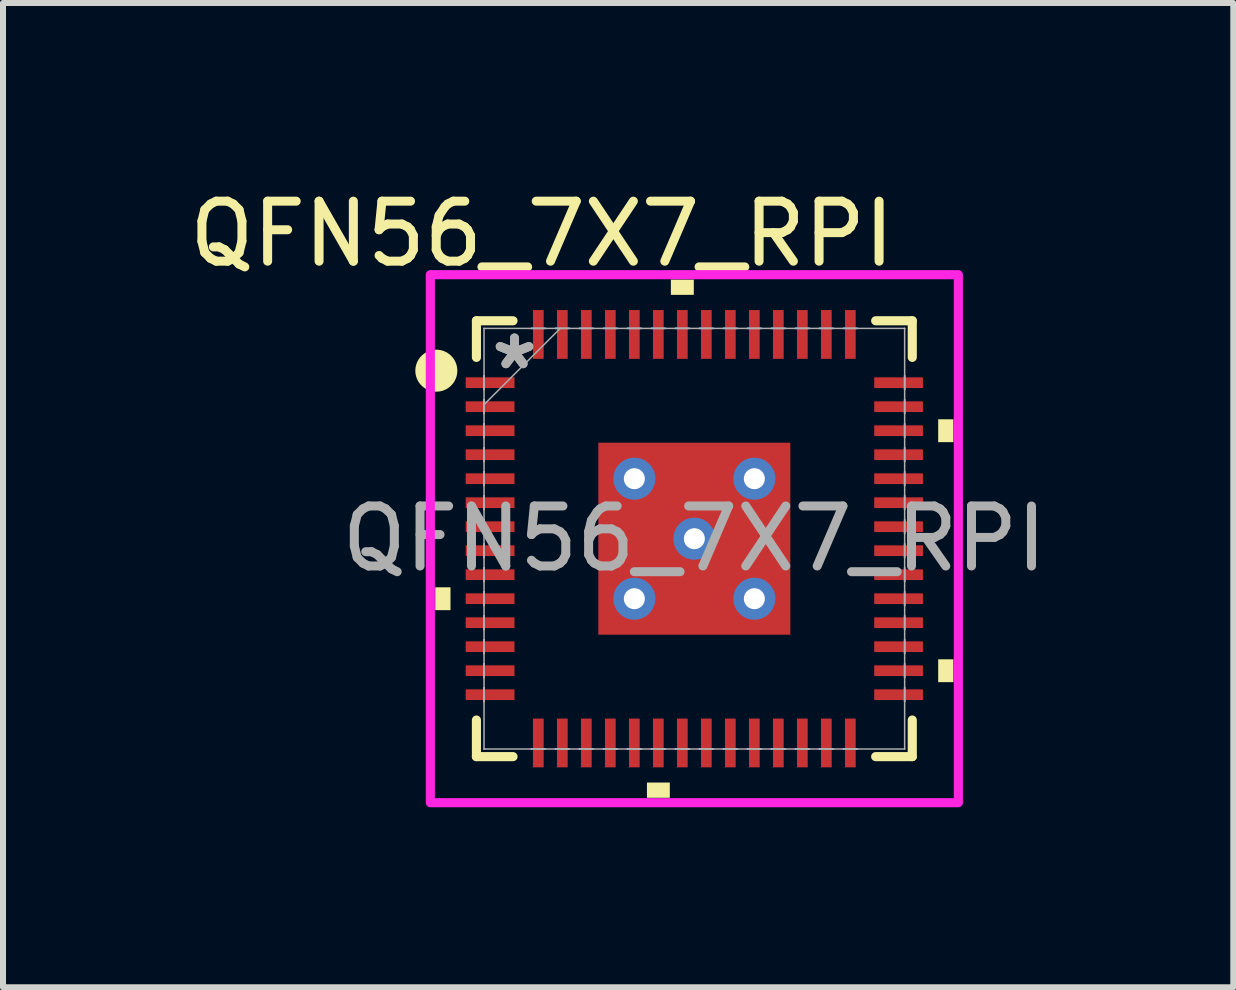
<source format=kicad_pcb>
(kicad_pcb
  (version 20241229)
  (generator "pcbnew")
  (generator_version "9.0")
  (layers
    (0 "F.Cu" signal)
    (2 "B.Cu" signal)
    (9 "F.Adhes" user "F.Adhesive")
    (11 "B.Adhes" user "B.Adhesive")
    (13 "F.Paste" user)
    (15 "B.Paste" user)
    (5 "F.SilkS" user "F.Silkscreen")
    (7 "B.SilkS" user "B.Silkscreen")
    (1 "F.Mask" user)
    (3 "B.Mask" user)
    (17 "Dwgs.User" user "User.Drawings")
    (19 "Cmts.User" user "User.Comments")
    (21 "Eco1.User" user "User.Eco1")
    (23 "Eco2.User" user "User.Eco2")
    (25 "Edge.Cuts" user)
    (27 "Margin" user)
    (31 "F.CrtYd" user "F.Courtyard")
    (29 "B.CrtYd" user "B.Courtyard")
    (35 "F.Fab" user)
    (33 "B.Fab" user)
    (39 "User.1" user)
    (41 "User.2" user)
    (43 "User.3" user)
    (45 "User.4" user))
  (footprint "QFN56_7X7_RPI"
    (layer "F.Cu")
    (at 8.522 5.928)
    (property "Reference" "QFN56_7X7_RPI" (at -2.54 -5.08 0) (unlocked yes) (layer "F.SilkS") (effects (font (size 1 1) (thickness 0.15))))
    (attr smd)
    (fp_line (start -3.632 -3.632) (end -3.632 -3.022) (stroke (width 0.152) (type solid)) (layer "F.SilkS"))
    (fp_line (start -3.632 3.022) (end -3.632 3.632) (stroke (width 0.152) (type solid)) (layer "F.SilkS"))
    (fp_line (start -3.632 3.632) (end -3.022 3.632) (stroke (width 0.152) (type solid)) (layer "F.SilkS"))
    (fp_line (start -3.022 -3.632) (end -3.632 -3.632) (stroke (width 0.152) (type solid)) (layer "F.SilkS"))
    (fp_line (start 3.022 3.632) (end 3.632 3.632) (stroke (width 0.152) (type solid)) (layer "F.SilkS"))
    (fp_line (start 3.632 -3.632) (end 3.022 -3.632) (stroke (width 0.152) (type solid)) (layer "F.SilkS"))
    (fp_line (start 3.632 -3.022) (end 3.632 -3.632) (stroke (width 0.152) (type solid)) (layer "F.SilkS"))
    (fp_line (start 3.632 3.632) (end 3.632 3.022) (stroke (width 0.152) (type solid)) (layer "F.SilkS"))
    (fp_circle (center -4.3 -2.8) (end -4 -2.8) (stroke (width 0.1) (type solid)) (fill yes) (layer "F.SilkS"))
    (fp_poly (pts (xy -4.318 0.81) (xy -4.318 1.191) (xy -4.064 1.191) (xy -4.064 0.81)) (stroke (width 0) (type solid)) (fill yes) (layer "F.SilkS"))
    (fp_poly (pts (xy -0.79 4.064) (xy -0.79 4.318) (xy -0.409 4.318) (xy -0.409 4.064)) (stroke (width 0) (type solid)) (fill yes) (layer "F.SilkS"))
    (fp_poly (pts (xy -0.391 -4.064) (xy -0.391 -4.318) (xy -0.009 -4.318) (xy -0.009 -4.064)) (stroke (width 0) (type solid)) (fill yes) (layer "F.SilkS"))
    (fp_poly (pts (xy 4.318 -1.99) (xy 4.318 -1.609) (xy 4.064 -1.609) (xy 4.064 -1.99)) (stroke (width 0) (type solid)) (fill yes) (layer "F.SilkS"))
    (fp_poly (pts (xy 4.318 2.01) (xy 4.318 2.391) (xy 4.064 2.391) (xy 4.064 2.01)) (stroke (width 0) (type solid)) (fill yes) (layer "F.SilkS"))
    (fp_poly (pts (xy -1.5 -1.5) (xy -1.5 -0.1) (xy -0.1 -0.1) (xy -0.1 -1.5)) (stroke (width 0) (type solid)) (fill yes) (layer "F.Paste"))
    (fp_poly (pts (xy -1.5 0.1) (xy -1.5 1.5) (xy -0.1 1.5) (xy -0.1 0.1)) (stroke (width 0) (type solid)) (fill yes) (layer "F.Paste"))
    (fp_poly (pts (xy 0.1 -1.5) (xy 0.1 -0.1) (xy 1.5 -0.1) (xy 1.5 -1.5)) (stroke (width 0) (type solid)) (fill yes) (layer "F.Paste"))
    (fp_poly (pts (xy 0.1 0.1) (xy 0.1 1.5) (xy 1.5 1.5) (xy 1.5 0.1)) (stroke (width 0) (type solid)) (fill yes) (layer "F.Paste"))
    (fp_rect (start -4.4 -4.4) (end 4.4 4.4) (stroke (width 0.152) (type default)) (fill no) (layer "F.CrtYd"))
    (fp_line (start -3.505 -3.505) (end -3.505 -3.505) (stroke (width 0.025) (type solid)) (layer "F.Fab"))
    (fp_line (start -3.505 -3.505) (end -3.505 3.505) (stroke (width 0.025) (type solid)) (layer "F.Fab"))
    (fp_line (start -3.505 -2.714) (end -3.505 -2.714) (stroke (width 0.025) (type solid)) (layer "F.Fab"))
    (fp_line (start -3.505 -2.714) (end -3.505 -2.486) (stroke (width 0.025) (type solid)) (layer "F.Fab"))
    (fp_line (start -3.505 -2.486) (end -3.505 -2.714) (stroke (width 0.025) (type solid)) (layer "F.Fab"))
    (fp_line (start -3.505 -2.486) (end -3.505 -2.486) (stroke (width 0.025) (type solid)) (layer "F.Fab"))
    (fp_line (start -3.505 -2.314) (end -3.505 -2.314) (stroke (width 0.025) (type solid)) (layer "F.Fab"))
    (fp_line (start -3.505 -2.314) (end -3.505 -2.086) (stroke (width 0.025) (type solid)) (layer "F.Fab"))
    (fp_line (start -3.505 -2.235) (end -2.235 -3.505) (stroke (width 0.025) (type solid)) (layer "F.Fab"))
    (fp_line (start -3.505 -2.086) (end -3.505 -2.314) (stroke (width 0.025) (type solid)) (layer "F.Fab"))
    (fp_line (start -3.505 -2.086) (end -3.505 -2.086) (stroke (width 0.025) (type solid)) (layer "F.Fab"))
    (fp_line (start -3.505 -1.914) (end -3.505 -1.914) (stroke (width 0.025) (type solid)) (layer "F.Fab"))
    (fp_line (start -3.505 -1.914) (end -3.505 -1.686) (stroke (width 0.025) (type solid)) (layer "F.Fab"))
    (fp_line (start -3.505 -1.686) (end -3.505 -1.914) (stroke (width 0.025) (type solid)) (layer "F.Fab"))
    (fp_line (start -3.505 -1.686) (end -3.505 -1.686) (stroke (width 0.025) (type solid)) (layer "F.Fab"))
    (fp_line (start -3.505 -1.514) (end -3.505 -1.514) (stroke (width 0.025) (type solid)) (layer "F.Fab"))
    (fp_line (start -3.505 -1.514) (end -3.505 -1.286) (stroke (width 0.025) (type solid)) (layer "F.Fab"))
    (fp_line (start -3.505 -1.286) (end -3.505 -1.514) (stroke (width 0.025) (type solid)) (layer "F.Fab"))
    (fp_line (start -3.505 -1.286) (end -3.505 -1.286) (stroke (width 0.025) (type solid)) (layer "F.Fab"))
    (fp_line (start -3.505 -1.114) (end -3.505 -1.114) (stroke (width 0.025) (type solid)) (layer "F.Fab"))
    (fp_line (start -3.505 -1.114) (end -3.505 -0.886) (stroke (width 0.025) (type solid)) (layer "F.Fab"))
    (fp_line (start -3.505 -0.886) (end -3.505 -1.114) (stroke (width 0.025) (type solid)) (layer "F.Fab"))
    (fp_line (start -3.505 -0.886) (end -3.505 -0.886) (stroke (width 0.025) (type solid)) (layer "F.Fab"))
    (fp_line (start -3.505 -0.714) (end -3.505 -0.714) (stroke (width 0.025) (type solid)) (layer "F.Fab"))
    (fp_line (start -3.505 -0.714) (end -3.505 -0.486) (stroke (width 0.025) (type solid)) (layer "F.Fab"))
    (fp_line (start -3.505 -0.486) (end -3.505 -0.714) (stroke (width 0.025) (type solid)) (layer "F.Fab"))
    (fp_line (start -3.505 -0.486) (end -3.505 -0.486) (stroke (width 0.025) (type solid)) (layer "F.Fab"))
    (fp_line (start -3.505 -0.314) (end -3.505 -0.314) (stroke (width 0.025) (type solid)) (layer "F.Fab"))
    (fp_line (start -3.505 -0.314) (end -3.505 -0.086) (stroke (width 0.025) (type solid)) (layer "F.Fab"))
    (fp_line (start -3.505 -0.086) (end -3.505 -0.314) (stroke (width 0.025) (type solid)) (layer "F.Fab"))
    (fp_line (start -3.505 -0.086) (end -3.505 -0.086) (stroke (width 0.025) (type solid)) (layer "F.Fab"))
    (fp_line (start -3.505 0.086) (end -3.505 0.086) (stroke (width 0.025) (type solid)) (layer "F.Fab"))
    (fp_line (start -3.505 0.086) (end -3.505 0.314) (stroke (width 0.025) (type solid)) (layer "F.Fab"))
    (fp_line (start -3.505 0.314) (end -3.505 0.086) (stroke (width 0.025) (type solid)) (layer "F.Fab"))
    (fp_line (start -3.505 0.314) (end -3.505 0.314) (stroke (width 0.025) (type solid)) (layer "F.Fab"))
    (fp_line (start -3.505 0.486) (end -3.505 0.486) (stroke (width 0.025) (type solid)) (layer "F.Fab"))
    (fp_line (start -3.505 0.486) (end -3.505 0.714) (stroke (width 0.025) (type solid)) (layer "F.Fab"))
    (fp_line (start -3.505 0.714) (end -3.505 0.486) (stroke (width 0.025) (type solid)) (layer "F.Fab"))
    (fp_line (start -3.505 0.714) (end -3.505 0.714) (stroke (width 0.025) (type solid)) (layer "F.Fab"))
    (fp_line (start -3.505 0.886) (end -3.505 0.886) (stroke (width 0.025) (type solid)) (layer "F.Fab"))
    (fp_line (start -3.505 0.886) (end -3.505 1.114) (stroke (width 0.025) (type solid)) (layer "F.Fab"))
    (fp_line (start -3.505 1.114) (end -3.505 0.886) (stroke (width 0.025) (type solid)) (layer "F.Fab"))
    (fp_line (start -3.505 1.114) (end -3.505 1.114) (stroke (width 0.025) (type solid)) (layer "F.Fab"))
    (fp_line (start -3.505 1.286) (end -3.505 1.286) (stroke (width 0.025) (type solid)) (layer "F.Fab"))
    (fp_line (start -3.505 1.286) (end -3.505 1.514) (stroke (width 0.025) (type solid)) (layer "F.Fab"))
    (fp_line (start -3.505 1.514) (end -3.505 1.286) (stroke (width 0.025) (type solid)) (layer "F.Fab"))
    (fp_line (start -3.505 1.514) (end -3.505 1.514) (stroke (width 0.025) (type solid)) (layer "F.Fab"))
    (fp_line (start -3.505 1.686) (end -3.505 1.686) (stroke (width 0.025) (type solid)) (layer "F.Fab"))
    (fp_line (start -3.505 1.686) (end -3.505 1.914) (stroke (width 0.025) (type solid)) (layer "F.Fab"))
    (fp_line (start -3.505 1.914) (end -3.505 1.686) (stroke (width 0.025) (type solid)) (layer "F.Fab"))
    (fp_line (start -3.505 1.914) (end -3.505 1.914) (stroke (width 0.025) (type solid)) (layer "F.Fab"))
    (fp_line (start -3.505 2.086) (end -3.505 2.086) (stroke (width 0.025) (type solid)) (layer "F.Fab"))
    (fp_line (start -3.505 2.086) (end -3.505 2.314) (stroke (width 0.025) (type solid)) (layer "F.Fab"))
    (fp_line (start -3.505 2.314) (end -3.505 2.086) (stroke (width 0.025) (type solid)) (layer "F.Fab"))
    (fp_line (start -3.505 2.314) (end -3.505 2.314) (stroke (width 0.025) (type solid)) (layer "F.Fab"))
    (fp_line (start -3.505 2.486) (end -3.505 2.486) (stroke (width 0.025) (type solid)) (layer "F.Fab"))
    (fp_line (start -3.505 2.486) (end -3.505 2.714) (stroke (width 0.025) (type solid)) (layer "F.Fab"))
    (fp_line (start -3.505 2.714) (end -3.505 2.486) (stroke (width 0.025) (type solid)) (layer "F.Fab"))
    (fp_line (start -3.505 2.714) (end -3.505 2.714) (stroke (width 0.025) (type solid)) (layer "F.Fab"))
    (fp_line (start -3.505 3.505) (end -3.505 3.505) (stroke (width 0.025) (type solid)) (layer "F.Fab"))
    (fp_line (start -3.505 3.505) (end 3.505 3.505) (stroke (width 0.025) (type solid)) (layer "F.Fab"))
    (fp_line (start -2.714 -3.505) (end -2.714 -3.505) (stroke (width 0.025) (type solid)) (layer "F.Fab"))
    (fp_line (start -2.714 -3.505) (end -2.486 -3.505) (stroke (width 0.025) (type solid)) (layer "F.Fab"))
    (fp_line (start -2.714 3.505) (end -2.714 3.505) (stroke (width 0.025) (type solid)) (layer "F.Fab"))
    (fp_line (start -2.714 3.505) (end -2.486 3.505) (stroke (width 0.025) (type solid)) (layer "F.Fab"))
    (fp_line (start -2.486 -3.505) (end -2.714 -3.505) (stroke (width 0.025) (type solid)) (layer "F.Fab"))
    (fp_line (start -2.486 -3.505) (end -2.486 -3.505) (stroke (width 0.025) (type solid)) (layer "F.Fab"))
    (fp_line (start -2.486 3.505) (end -2.714 3.505) (stroke (width 0.025) (type solid)) (layer "F.Fab"))
    (fp_line (start -2.486 3.505) (end -2.486 3.505) (stroke (width 0.025) (type solid)) (layer "F.Fab"))
    (fp_line (start -2.314 -3.505) (end -2.314 -3.505) (stroke (width 0.025) (type solid)) (layer "F.Fab"))
    (fp_line (start -2.314 -3.505) (end -2.086 -3.505) (stroke (width 0.025) (type solid)) (layer "F.Fab"))
    (fp_line (start -2.314 3.505) (end -2.314 3.505) (stroke (width 0.025) (type solid)) (layer "F.Fab"))
    (fp_line (start -2.314 3.505) (end -2.086 3.505) (stroke (width 0.025) (type solid)) (layer "F.Fab"))
    (fp_line (start -2.086 -3.505) (end -2.314 -3.505) (stroke (width 0.025) (type solid)) (layer "F.Fab"))
    (fp_line (start -2.086 -3.505) (end -2.086 -3.505) (stroke (width 0.025) (type solid)) (layer "F.Fab"))
    (fp_line (start -2.086 3.505) (end -2.314 3.505) (stroke (width 0.025) (type solid)) (layer "F.Fab"))
    (fp_line (start -2.086 3.505) (end -2.086 3.505) (stroke (width 0.025) (type solid)) (layer "F.Fab"))
    (fp_line (start -1.914 -3.505) (end -1.914 -3.505) (stroke (width 0.025) (type solid)) (layer "F.Fab"))
    (fp_line (start -1.914 -3.505) (end -1.686 -3.505) (stroke (width 0.025) (type solid)) (layer "F.Fab"))
    (fp_line (start -1.914 3.505) (end -1.914 3.505) (stroke (width 0.025) (type solid)) (layer "F.Fab"))
    (fp_line (start -1.914 3.505) (end -1.686 3.505) (stroke (width 0.025) (type solid)) (layer "F.Fab"))
    (fp_line (start -1.686 -3.505) (end -1.914 -3.505) (stroke (width 0.025) (type solid)) (layer "F.Fab"))
    (fp_line (start -1.686 -3.505) (end -1.686 -3.505) (stroke (width 0.025) (type solid)) (layer "F.Fab"))
    (fp_line (start -1.686 3.505) (end -1.914 3.505) (stroke (width 0.025) (type solid)) (layer "F.Fab"))
    (fp_line (start -1.686 3.505) (end -1.686 3.505) (stroke (width 0.025) (type solid)) (layer "F.Fab"))
    (fp_line (start -1.514 -3.505) (end -1.514 -3.505) (stroke (width 0.025) (type solid)) (layer "F.Fab"))
    (fp_line (start -1.514 -3.505) (end -1.286 -3.505) (stroke (width 0.025) (type solid)) (layer "F.Fab"))
    (fp_line (start -1.514 3.505) (end -1.514 3.505) (stroke (width 0.025) (type solid)) (layer "F.Fab"))
    (fp_line (start -1.514 3.505) (end -1.286 3.505) (stroke (width 0.025) (type solid)) (layer "F.Fab"))
    (fp_line (start -1.286 -3.505) (end -1.514 -3.505) (stroke (width 0.025) (type solid)) (layer "F.Fab"))
    (fp_line (start -1.286 -3.505) (end -1.286 -3.505) (stroke (width 0.025) (type solid)) (layer "F.Fab"))
    (fp_line (start -1.286 3.505) (end -1.514 3.505) (stroke (width 0.025) (type solid)) (layer "F.Fab"))
    (fp_line (start -1.286 3.505) (end -1.286 3.505) (stroke (width 0.025) (type solid)) (layer "F.Fab"))
    (fp_line (start -1.114 -3.505) (end -1.114 -3.505) (stroke (width 0.025) (type solid)) (layer "F.Fab"))
    (fp_line (start -1.114 -3.505) (end -0.886 -3.505) (stroke (width 0.025) (type solid)) (layer "F.Fab"))
    (fp_line (start -1.114 3.505) (end -1.114 3.505) (stroke (width 0.025) (type solid)) (layer "F.Fab"))
    (fp_line (start -1.114 3.505) (end -0.886 3.505) (stroke (width 0.025) (type solid)) (layer "F.Fab"))
    (fp_line (start -0.886 -3.505) (end -1.114 -3.505) (stroke (width 0.025) (type solid)) (layer "F.Fab"))
    (fp_line (start -0.886 -3.505) (end -0.886 -3.505) (stroke (width 0.025) (type solid)) (layer "F.Fab"))
    (fp_line (start -0.886 3.505) (end -1.114 3.505) (stroke (width 0.025) (type solid)) (layer "F.Fab"))
    (fp_line (start -0.886 3.505) (end -0.886 3.505) (stroke (width 0.025) (type solid)) (layer "F.Fab"))
    (fp_line (start -0.714 -3.505) (end -0.714 -3.505) (stroke (width 0.025) (type solid)) (layer "F.Fab"))
    (fp_line (start -0.714 -3.505) (end -0.486 -3.505) (stroke (width 0.025) (type solid)) (layer "F.Fab"))
    (fp_line (start -0.714 3.505) (end -0.714 3.505) (stroke (width 0.025) (type solid)) (layer "F.Fab"))
    (fp_line (start -0.714 3.505) (end -0.486 3.505) (stroke (width 0.025) (type solid)) (layer "F.Fab"))
    (fp_line (start -0.486 -3.505) (end -0.714 -3.505) (stroke (width 0.025) (type solid)) (layer "F.Fab"))
    (fp_line (start -0.486 -3.505) (end -0.486 -3.505) (stroke (width 0.025) (type solid)) (layer "F.Fab"))
    (fp_line (start -0.486 3.505) (end -0.714 3.505) (stroke (width 0.025) (type solid)) (layer "F.Fab"))
    (fp_line (start -0.486 3.505) (end -0.486 3.505) (stroke (width 0.025) (type solid)) (layer "F.Fab"))
    (fp_line (start -0.314 -3.505) (end -0.314 -3.505) (stroke (width 0.025) (type solid)) (layer "F.Fab"))
    (fp_line (start -0.314 -3.505) (end -0.086 -3.505) (stroke (width 0.025) (type solid)) (layer "F.Fab"))
    (fp_line (start -0.314 3.505) (end -0.314 3.505) (stroke (width 0.025) (type solid)) (layer "F.Fab"))
    (fp_line (start -0.314 3.505) (end -0.086 3.505) (stroke (width 0.025) (type solid)) (layer "F.Fab"))
    (fp_line (start -0.086 -3.505) (end -0.314 -3.505) (stroke (width 0.025) (type solid)) (layer "F.Fab"))
    (fp_line (start -0.086 -3.505) (end -0.086 -3.505) (stroke (width 0.025) (type solid)) (layer "F.Fab"))
    (fp_line (start -0.086 3.505) (end -0.314 3.505) (stroke (width 0.025) (type solid)) (layer "F.Fab"))
    (fp_line (start -0.086 3.505) (end -0.086 3.505) (stroke (width 0.025) (type solid)) (layer "F.Fab"))
    (fp_line (start 0.086 -3.505) (end 0.086 -3.505) (stroke (width 0.025) (type solid)) (layer "F.Fab"))
    (fp_line (start 0.086 -3.505) (end 0.314 -3.505) (stroke (width 0.025) (type solid)) (layer "F.Fab"))
    (fp_line (start 0.086 3.505) (end 0.086 3.505) (stroke (width 0.025) (type solid)) (layer "F.Fab"))
    (fp_line (start 0.086 3.505) (end 0.314 3.505) (stroke (width 0.025) (type solid)) (layer "F.Fab"))
    (fp_line (start 0.314 -3.505) (end 0.086 -3.505) (stroke (width 0.025) (type solid)) (layer "F.Fab"))
    (fp_line (start 0.314 -3.505) (end 0.314 -3.505) (stroke (width 0.025) (type solid)) (layer "F.Fab"))
    (fp_line (start 0.314 3.505) (end 0.086 3.505) (stroke (width 0.025) (type solid)) (layer "F.Fab"))
    (fp_line (start 0.314 3.505) (end 0.314 3.505) (stroke (width 0.025) (type solid)) (layer "F.Fab"))
    (fp_line (start 0.486 -3.505) (end 0.486 -3.505) (stroke (width 0.025) (type solid)) (layer "F.Fab"))
    (fp_line (start 0.486 -3.505) (end 0.714 -3.505) (stroke (width 0.025) (type solid)) (layer "F.Fab"))
    (fp_line (start 0.486 3.505) (end 0.486 3.505) (stroke (width 0.025) (type solid)) (layer "F.Fab"))
    (fp_line (start 0.486 3.505) (end 0.714 3.505) (stroke (width 0.025) (type solid)) (layer "F.Fab"))
    (fp_line (start 0.714 -3.505) (end 0.486 -3.505) (stroke (width 0.025) (type solid)) (layer "F.Fab"))
    (fp_line (start 0.714 -3.505) (end 0.714 -3.505) (stroke (width 0.025) (type solid)) (layer "F.Fab"))
    (fp_line (start 0.714 3.505) (end 0.486 3.505) (stroke (width 0.025) (type solid)) (layer "F.Fab"))
    (fp_line (start 0.714 3.505) (end 0.714 3.505) (stroke (width 0.025) (type solid)) (layer "F.Fab"))
    (fp_line (start 0.886 -3.505) (end 0.886 -3.505) (stroke (width 0.025) (type solid)) (layer "F.Fab"))
    (fp_line (start 0.886 -3.505) (end 1.114 -3.505) (stroke (width 0.025) (type solid)) (layer "F.Fab"))
    (fp_line (start 0.886 3.505) (end 0.886 3.505) (stroke (width 0.025) (type solid)) (layer "F.Fab"))
    (fp_line (start 0.886 3.505) (end 1.114 3.505) (stroke (width 0.025) (type solid)) (layer "F.Fab"))
    (fp_line (start 1.114 -3.505) (end 0.886 -3.505) (stroke (width 0.025) (type solid)) (layer "F.Fab"))
    (fp_line (start 1.114 -3.505) (end 1.114 -3.505) (stroke (width 0.025) (type solid)) (layer "F.Fab"))
    (fp_line (start 1.114 3.505) (end 0.886 3.505) (stroke (width 0.025) (type solid)) (layer "F.Fab"))
    (fp_line (start 1.114 3.505) (end 1.114 3.505) (stroke (width 0.025) (type solid)) (layer "F.Fab"))
    (fp_line (start 1.286 -3.505) (end 1.286 -3.505) (stroke (width 0.025) (type solid)) (layer "F.Fab"))
    (fp_line (start 1.286 -3.505) (end 1.514 -3.505) (stroke (width 0.025) (type solid)) (layer "F.Fab"))
    (fp_line (start 1.286 3.505) (end 1.286 3.505) (stroke (width 0.025) (type solid)) (layer "F.Fab"))
    (fp_line (start 1.286 3.505) (end 1.514 3.505) (stroke (width 0.025) (type solid)) (layer "F.Fab"))
    (fp_line (start 1.514 -3.505) (end 1.286 -3.505) (stroke (width 0.025) (type solid)) (layer "F.Fab"))
    (fp_line (start 1.514 -3.505) (end 1.514 -3.505) (stroke (width 0.025) (type solid)) (layer "F.Fab"))
    (fp_line (start 1.514 3.505) (end 1.286 3.505) (stroke (width 0.025) (type solid)) (layer "F.Fab"))
    (fp_line (start 1.514 3.505) (end 1.514 3.505) (stroke (width 0.025) (type solid)) (layer "F.Fab"))
    (fp_line (start 1.686 -3.505) (end 1.686 -3.505) (stroke (width 0.025) (type solid)) (layer "F.Fab"))
    (fp_line (start 1.686 -3.505) (end 1.914 -3.505) (stroke (width 0.025) (type solid)) (layer "F.Fab"))
    (fp_line (start 1.686 3.505) (end 1.686 3.505) (stroke (width 0.025) (type solid)) (layer "F.Fab"))
    (fp_line (start 1.686 3.505) (end 1.914 3.505) (stroke (width 0.025) (type solid)) (layer "F.Fab"))
    (fp_line (start 1.914 -3.505) (end 1.686 -3.505) (stroke (width 0.025) (type solid)) (layer "F.Fab"))
    (fp_line (start 1.914 -3.505) (end 1.914 -3.505) (stroke (width 0.025) (type solid)) (layer "F.Fab"))
    (fp_line (start 1.914 3.505) (end 1.686 3.505) (stroke (width 0.025) (type solid)) (layer "F.Fab"))
    (fp_line (start 1.914 3.505) (end 1.914 3.505) (stroke (width 0.025) (type solid)) (layer "F.Fab"))
    (fp_line (start 2.086 -3.505) (end 2.086 -3.505) (stroke (width 0.025) (type solid)) (layer "F.Fab"))
    (fp_line (start 2.086 -3.505) (end 2.314 -3.505) (stroke (width 0.025) (type solid)) (layer "F.Fab"))
    (fp_line (start 2.086 3.505) (end 2.086 3.505) (stroke (width 0.025) (type solid)) (layer "F.Fab"))
    (fp_line (start 2.086 3.505) (end 2.314 3.505) (stroke (width 0.025) (type solid)) (layer "F.Fab"))
    (fp_line (start 2.314 -3.505) (end 2.086 -3.505) (stroke (width 0.025) (type solid)) (layer "F.Fab"))
    (fp_line (start 2.314 -3.505) (end 2.314 -3.505) (stroke (width 0.025) (type solid)) (layer "F.Fab"))
    (fp_line (start 2.314 3.505) (end 2.086 3.505) (stroke (width 0.025) (type solid)) (layer "F.Fab"))
    (fp_line (start 2.314 3.505) (end 2.314 3.505) (stroke (width 0.025) (type solid)) (layer "F.Fab"))
    (fp_line (start 2.486 -3.505) (end 2.486 -3.505) (stroke (width 0.025) (type solid)) (layer "F.Fab"))
    (fp_line (start 2.486 -3.505) (end 2.714 -3.505) (stroke (width 0.025) (type solid)) (layer "F.Fab"))
    (fp_line (start 2.486 3.505) (end 2.486 3.505) (stroke (width 0.025) (type solid)) (layer "F.Fab"))
    (fp_line (start 2.486 3.505) (end 2.714 3.505) (stroke (width 0.025) (type solid)) (layer "F.Fab"))
    (fp_line (start 2.714 -3.505) (end 2.486 -3.505) (stroke (width 0.025) (type solid)) (layer "F.Fab"))
    (fp_line (start 2.714 -3.505) (end 2.714 -3.505) (stroke (width 0.025) (type solid)) (layer "F.Fab"))
    (fp_line (start 2.714 3.505) (end 2.486 3.505) (stroke (width 0.025) (type solid)) (layer "F.Fab"))
    (fp_line (start 2.714 3.505) (end 2.714 3.505) (stroke (width 0.025) (type solid)) (layer "F.Fab"))
    (fp_line (start 3.505 -3.505) (end -3.505 -3.505) (stroke (width 0.025) (type solid)) (layer "F.Fab"))
    (fp_line (start 3.505 -3.505) (end 3.505 -3.505) (stroke (width 0.025) (type solid)) (layer "F.Fab"))
    (fp_line (start 3.505 -2.714) (end 3.505 -2.714) (stroke (width 0.025) (type solid)) (layer "F.Fab"))
    (fp_line (start 3.505 -2.714) (end 3.505 -2.486) (stroke (width 0.025) (type solid)) (layer "F.Fab"))
    (fp_line (start 3.505 -2.486) (end 3.505 -2.714) (stroke (width 0.025) (type solid)) (layer "F.Fab"))
    (fp_line (start 3.505 -2.486) (end 3.505 -2.486) (stroke (width 0.025) (type solid)) (layer "F.Fab"))
    (fp_line (start 3.505 -2.314) (end 3.505 -2.314) (stroke (width 0.025) (type solid)) (layer "F.Fab"))
    (fp_line (start 3.505 -2.314) (end 3.505 -2.086) (stroke (width 0.025) (type solid)) (layer "F.Fab"))
    (fp_line (start 3.505 -2.086) (end 3.505 -2.314) (stroke (width 0.025) (type solid)) (layer "F.Fab"))
    (fp_line (start 3.505 -2.086) (end 3.505 -2.086) (stroke (width 0.025) (type solid)) (layer "F.Fab"))
    (fp_line (start 3.505 -1.914) (end 3.505 -1.914) (stroke (width 0.025) (type solid)) (layer "F.Fab"))
    (fp_line (start 3.505 -1.914) (end 3.505 -1.686) (stroke (width 0.025) (type solid)) (layer "F.Fab"))
    (fp_line (start 3.505 -1.686) (end 3.505 -1.914) (stroke (width 0.025) (type solid)) (layer "F.Fab"))
    (fp_line (start 3.505 -1.686) (end 3.505 -1.686) (stroke (width 0.025) (type solid)) (layer "F.Fab"))
    (fp_line (start 3.505 -1.514) (end 3.505 -1.514) (stroke (width 0.025) (type solid)) (layer "F.Fab"))
    (fp_line (start 3.505 -1.514) (end 3.505 -1.286) (stroke (width 0.025) (type solid)) (layer "F.Fab"))
    (fp_line (start 3.505 -1.286) (end 3.505 -1.514) (stroke (width 0.025) (type solid)) (layer "F.Fab"))
    (fp_line (start 3.505 -1.286) (end 3.505 -1.286) (stroke (width 0.025) (type solid)) (layer "F.Fab"))
    (fp_line (start 3.505 -1.114) (end 3.505 -1.114) (stroke (width 0.025) (type solid)) (layer "F.Fab"))
    (fp_line (start 3.505 -1.114) (end 3.505 -0.886) (stroke (width 0.025) (type solid)) (layer "F.Fab"))
    (fp_line (start 3.505 -0.886) (end 3.505 -1.114) (stroke (width 0.025) (type solid)) (layer "F.Fab"))
    (fp_line (start 3.505 -0.886) (end 3.505 -0.886) (stroke (width 0.025) (type solid)) (layer "F.Fab"))
    (fp_line (start 3.505 -0.714) (end 3.505 -0.714) (stroke (width 0.025) (type solid)) (layer "F.Fab"))
    (fp_line (start 3.505 -0.714) (end 3.505 -0.486) (stroke (width 0.025) (type solid)) (layer "F.Fab"))
    (fp_line (start 3.505 -0.486) (end 3.505 -0.714) (stroke (width 0.025) (type solid)) (layer "F.Fab"))
    (fp_line (start 3.505 -0.486) (end 3.505 -0.486) (stroke (width 0.025) (type solid)) (layer "F.Fab"))
    (fp_line (start 3.505 -0.314) (end 3.505 -0.314) (stroke (width 0.025) (type solid)) (layer "F.Fab"))
    (fp_line (start 3.505 -0.314) (end 3.505 -0.086) (stroke (width 0.025) (type solid)) (layer "F.Fab"))
    (fp_line (start 3.505 -0.086) (end 3.505 -0.314) (stroke (width 0.025) (type solid)) (layer "F.Fab"))
    (fp_line (start 3.505 -0.086) (end 3.505 -0.086) (stroke (width 0.025) (type solid)) (layer "F.Fab"))
    (fp_line (start 3.505 0.086) (end 3.505 0.086) (stroke (width 0.025) (type solid)) (layer "F.Fab"))
    (fp_line (start 3.505 0.086) (end 3.505 0.314) (stroke (width 0.025) (type solid)) (layer "F.Fab"))
    (fp_line (start 3.505 0.314) (end 3.505 0.086) (stroke (width 0.025) (type solid)) (layer "F.Fab"))
    (fp_line (start 3.505 0.314) (end 3.505 0.314) (stroke (width 0.025) (type solid)) (layer "F.Fab"))
    (fp_line (start 3.505 0.486) (end 3.505 0.486) (stroke (width 0.025) (type solid)) (layer "F.Fab"))
    (fp_line (start 3.505 0.486) (end 3.505 0.714) (stroke (width 0.025) (type solid)) (layer "F.Fab"))
    (fp_line (start 3.505 0.714) (end 3.505 0.486) (stroke (width 0.025) (type solid)) (layer "F.Fab"))
    (fp_line (start 3.505 0.714) (end 3.505 0.714) (stroke (width 0.025) (type solid)) (layer "F.Fab"))
    (fp_line (start 3.505 0.886) (end 3.505 0.886) (stroke (width 0.025) (type solid)) (layer "F.Fab"))
    (fp_line (start 3.505 0.886) (end 3.505 1.114) (stroke (width 0.025) (type solid)) (layer "F.Fab"))
    (fp_line (start 3.505 1.114) (end 3.505 0.886) (stroke (width 0.025) (type solid)) (layer "F.Fab"))
    (fp_line (start 3.505 1.114) (end 3.505 1.114) (stroke (width 0.025) (type solid)) (layer "F.Fab"))
    (fp_line (start 3.505 1.286) (end 3.505 1.286) (stroke (width 0.025) (type solid)) (layer "F.Fab"))
    (fp_line (start 3.505 1.286) (end 3.505 1.514) (stroke (width 0.025) (type solid)) (layer "F.Fab"))
    (fp_line (start 3.505 1.514) (end 3.505 1.286) (stroke (width 0.025) (type solid)) (layer "F.Fab"))
    (fp_line (start 3.505 1.514) (end 3.505 1.514) (stroke (width 0.025) (type solid)) (layer "F.Fab"))
    (fp_line (start 3.505 1.686) (end 3.505 1.686) (stroke (width 0.025) (type solid)) (layer "F.Fab"))
    (fp_line (start 3.505 1.686) (end 3.505 1.914) (stroke (width 0.025) (type solid)) (layer "F.Fab"))
    (fp_line (start 3.505 1.914) (end 3.505 1.686) (stroke (width 0.025) (type solid)) (layer "F.Fab"))
    (fp_line (start 3.505 1.914) (end 3.505 1.914) (stroke (width 0.025) (type solid)) (layer "F.Fab"))
    (fp_line (start 3.505 2.086) (end 3.505 2.086) (stroke (width 0.025) (type solid)) (layer "F.Fab"))
    (fp_line (start 3.505 2.086) (end 3.505 2.314) (stroke (width 0.025) (type solid)) (layer "F.Fab"))
    (fp_line (start 3.505 2.314) (end 3.505 2.086) (stroke (width 0.025) (type solid)) (layer "F.Fab"))
    (fp_line (start 3.505 2.314) (end 3.505 2.314) (stroke (width 0.025) (type solid)) (layer "F.Fab"))
    (fp_line (start 3.505 2.486) (end 3.505 2.486) (stroke (width 0.025) (type solid)) (layer "F.Fab"))
    (fp_line (start 3.505 2.486) (end 3.505 2.714) (stroke (width 0.025) (type solid)) (layer "F.Fab"))
    (fp_line (start 3.505 2.714) (end 3.505 2.486) (stroke (width 0.025) (type solid)) (layer "F.Fab"))
    (fp_line (start 3.505 2.714) (end 3.505 2.714) (stroke (width 0.025) (type solid)) (layer "F.Fab"))
    (fp_line (start 3.505 3.505) (end 3.505 -3.505) (stroke (width 0.025) (type solid)) (layer "F.Fab"))
    (fp_line (start 3.505 3.505) (end 3.505 3.505) (stroke (width 0.025) (type solid)) (layer "F.Fab"))
    (fp_text user "*" (at -2.997 -2.8 0) (unlocked yes) (layer "F.Fab") (effects (font (size 1 1) (thickness 0.15))))
    (fp_text user "*" (at -2.997 -2.8 0) (layer "F.Fab") (effects (font (size 1 1) (thickness 0.15))))
    (fp_text user "${REFERENCE}" (at 0 0 0) (unlocked yes) (layer "F.Fab") (effects (font (size 1 1) (thickness 0.15))))
    (pad "1" smd rect (at -3.404 -2.6 90) (size 0.178 0.813) (layers "F.Cu" "F.Mask" "F.Paste"))
    (pad "2" smd rect (at -3.404 -2.2 90) (size 0.178 0.813) (layers "F.Cu" "F.Mask" "F.Paste"))
    (pad "3" smd rect (at -3.404 -1.8 90) (size 0.178 0.813) (layers "F.Cu" "F.Mask" "F.Paste"))
    (pad "4" smd rect (at -3.404 -1.4 90) (size 0.178 0.813) (layers "F.Cu" "F.Mask" "F.Paste"))
    (pad "5" smd rect (at -3.404 -1 90) (size 0.178 0.813) (layers "F.Cu" "F.Mask" "F.Paste"))
    (pad "6" smd rect (at -3.404 -0.6 90) (size 0.178 0.813) (layers "F.Cu" "F.Mask" "F.Paste"))
    (pad "7" smd rect (at -3.404 -0.2 90) (size 0.178 0.813) (layers "F.Cu" "F.Mask" "F.Paste"))
    (pad "8" smd rect (at -3.404 0.2 90) (size 0.178 0.813) (layers "F.Cu" "F.Mask" "F.Paste"))
    (pad "9" smd rect (at -3.404 0.6 90) (size 0.178 0.813) (layers "F.Cu" "F.Mask" "F.Paste"))
    (pad "10" smd rect (at -3.404 1 90) (size 0.178 0.813) (layers "F.Cu" "F.Mask" "F.Paste"))
    (pad "11" smd rect (at -3.404 1.4 90) (size 0.178 0.813) (layers "F.Cu" "F.Mask" "F.Paste"))
    (pad "12" smd rect (at -3.404 1.8 90) (size 0.178 0.813) (layers "F.Cu" "F.Mask" "F.Paste"))
    (pad "13" smd rect (at -3.404 2.2 90) (size 0.178 0.813) (layers "F.Cu" "F.Mask" "F.Paste"))
    (pad "14" smd rect (at -3.404 2.6 90) (size 0.178 0.813) (layers "F.Cu" "F.Mask" "F.Paste"))
    (pad "15" smd rect (at -2.6 3.404) (size 0.178 0.813) (layers "F.Cu" "F.Mask" "F.Paste"))
    (pad "16" smd rect (at -2.2 3.404) (size 0.178 0.813) (layers "F.Cu" "F.Mask" "F.Paste"))
    (pad "17" smd rect (at -1.8 3.404) (size 0.178 0.813) (layers "F.Cu" "F.Mask" "F.Paste"))
    (pad "18" smd rect (at -1.4 3.404) (size 0.178 0.813) (layers "F.Cu" "F.Mask" "F.Paste"))
    (pad "19" smd rect (at -1 3.404) (size 0.178 0.813) (layers "F.Cu" "F.Mask" "F.Paste"))
    (pad "20" smd rect (at -0.6 3.404) (size 0.178 0.813) (layers "F.Cu" "F.Mask" "F.Paste"))
    (pad "21" smd rect (at -0.2 3.404) (size 0.178 0.813) (layers "F.Cu" "F.Mask" "F.Paste"))
    (pad "22" smd rect (at 0.2 3.404) (size 0.178 0.813) (layers "F.Cu" "F.Mask" "F.Paste"))
    (pad "23" smd rect (at 0.6 3.404) (size 0.178 0.813) (layers "F.Cu" "F.Mask" "F.Paste"))
    (pad "24" smd rect (at 1 3.404) (size 0.178 0.813) (layers "F.Cu" "F.Mask" "F.Paste"))
    (pad "25" smd rect (at 1.4 3.404) (size 0.178 0.813) (layers "F.Cu" "F.Mask" "F.Paste"))
    (pad "26" smd rect (at 1.8 3.404) (size 0.178 0.813) (layers "F.Cu" "F.Mask" "F.Paste"))
    (pad "27" smd rect (at 2.2 3.404) (size 0.178 0.813) (layers "F.Cu" "F.Mask" "F.Paste"))
    (pad "28" smd rect (at 2.6 3.404) (size 0.178 0.813) (layers "F.Cu" "F.Mask" "F.Paste"))
    (pad "29" smd rect (at 3.404 2.6 90) (size 0.178 0.813) (layers "F.Cu" "F.Mask" "F.Paste"))
    (pad "30" smd rect (at 3.404 2.2 90) (size 0.178 0.813) (layers "F.Cu" "F.Mask" "F.Paste"))
    (pad "31" smd rect (at 3.404 1.8 90) (size 0.178 0.813) (layers "F.Cu" "F.Mask" "F.Paste"))
    (pad "32" smd rect (at 3.404 1.4 90) (size 0.178 0.813) (layers "F.Cu" "F.Mask" "F.Paste"))
    (pad "33" smd rect (at 3.404 1 90) (size 0.178 0.813) (layers "F.Cu" "F.Mask" "F.Paste"))
    (pad "34" smd rect (at 3.404 0.6 90) (size 0.178 0.813) (layers "F.Cu" "F.Mask" "F.Paste"))
    (pad "35" smd rect (at 3.404 0.2 90) (size 0.178 0.813) (layers "F.Cu" "F.Mask" "F.Paste"))
    (pad "36" smd rect (at 3.404 -0.2 90) (size 0.178 0.813) (layers "F.Cu" "F.Mask" "F.Paste"))
    (pad "37" smd rect (at 3.404 -0.6 90) (size 0.178 0.813) (layers "F.Cu" "F.Mask" "F.Paste"))
    (pad "38" smd rect (at 3.404 -1 90) (size 0.178 0.813) (layers "F.Cu" "F.Mask" "F.Paste"))
    (pad "39" smd rect (at 3.404 -1.4 90) (size 0.178 0.813) (layers "F.Cu" "F.Mask" "F.Paste"))
    (pad "40" smd rect (at 3.404 -1.8 90) (size 0.178 0.813) (layers "F.Cu" "F.Mask" "F.Paste"))
    (pad "41" smd rect (at 3.404 -2.2 90) (size 0.178 0.813) (layers "F.Cu" "F.Mask" "F.Paste"))
    (pad "42" smd rect (at 3.404 -2.6 90) (size 0.178 0.813) (layers "F.Cu" "F.Mask" "F.Paste"))
    (pad "43" smd rect (at 2.6 -3.404) (size 0.178 0.813) (layers "F.Cu" "F.Mask" "F.Paste"))
    (pad "44" smd rect (at 2.2 -3.404) (size 0.178 0.813) (layers "F.Cu" "F.Mask" "F.Paste"))
    (pad "45" smd rect (at 1.8 -3.404) (size 0.178 0.813) (layers "F.Cu" "F.Mask" "F.Paste"))
    (pad "46" smd rect (at 1.4 -3.404) (size 0.178 0.813) (layers "F.Cu" "F.Mask" "F.Paste"))
    (pad "47" smd rect (at 1 -3.404) (size 0.178 0.813) (layers "F.Cu" "F.Mask" "F.Paste"))
    (pad "48" smd rect (at 0.6 -3.404) (size 0.178 0.813) (layers "F.Cu" "F.Mask" "F.Paste"))
    (pad "49" smd rect (at 0.2 -3.404) (size 0.178 0.813) (layers "F.Cu" "F.Mask" "F.Paste"))
    (pad "50" smd rect (at -0.2 -3.404) (size 0.178 0.813) (layers "F.Cu" "F.Mask" "F.Paste"))
    (pad "51" smd rect (at -0.6 -3.404) (size 0.178 0.813) (layers "F.Cu" "F.Mask" "F.Paste"))
    (pad "52" smd rect (at -1 -3.404) (size 0.178 0.813) (layers "F.Cu" "F.Mask" "F.Paste"))
    (pad "53" smd rect (at -1.4 -3.404) (size 0.178 0.813) (layers "F.Cu" "F.Mask" "F.Paste"))
    (pad "54" smd rect (at -1.8 -3.404) (size 0.178 0.813) (layers "F.Cu" "F.Mask" "F.Paste"))
    (pad "55" smd rect (at -2.2 -3.404) (size 0.178 0.813) (layers "F.Cu" "F.Mask" "F.Paste"))
    (pad "56" smd rect (at -2.6 -3.404) (size 0.178 0.813) (layers "F.Cu" "F.Mask" "F.Paste"))
    (pad "57" thru_hole circle (at -1 -1) (size 0.7 0.7) (drill 0.35) (layers "*.Cu" "*.Mask"))
    (pad "57" thru_hole circle (at -1 1) (size 0.7 0.7) (drill 0.35) (layers "*.Cu" "*.Mask"))
    (pad "57" thru_hole circle (at 0 0) (size 0.7 0.7) (drill 0.35) (layers "*.Cu" "*.Mask"))
    (pad "57" smd rect (at 0 0) (size 3.2 3.2) (layers "F.Cu" "F.Mask"))
    (pad "57" thru_hole circle (at 1 -1) (size 0.7 0.7) (drill 0.35) (layers "*.Cu" "*.Mask"))
    (pad "57" thru_hole circle (at 1 1) (size 0.7 0.7) (drill 0.35) (layers "*.Cu" "*.Mask")))
  (gr_rect
    (start -3 -3)
    (end 17.504 13.404)
    (stroke (width 0.1) (type default))
    (fill no)
    (layer "Edge.Cuts")))
</source>
